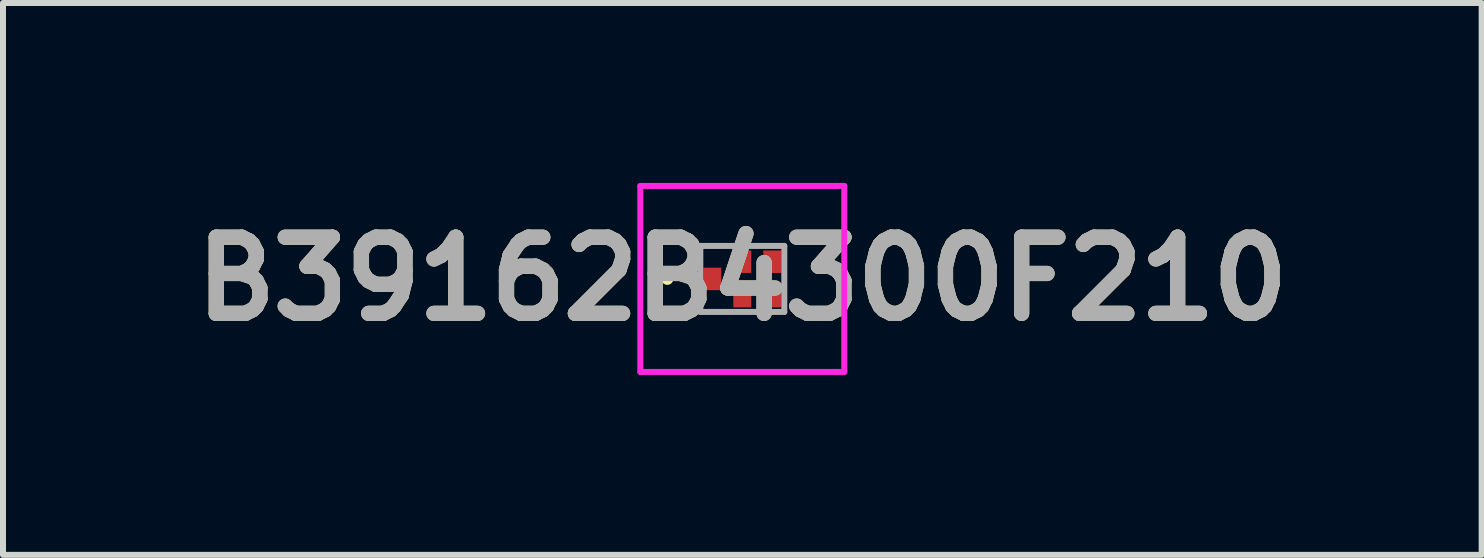
<source format=kicad_pcb>
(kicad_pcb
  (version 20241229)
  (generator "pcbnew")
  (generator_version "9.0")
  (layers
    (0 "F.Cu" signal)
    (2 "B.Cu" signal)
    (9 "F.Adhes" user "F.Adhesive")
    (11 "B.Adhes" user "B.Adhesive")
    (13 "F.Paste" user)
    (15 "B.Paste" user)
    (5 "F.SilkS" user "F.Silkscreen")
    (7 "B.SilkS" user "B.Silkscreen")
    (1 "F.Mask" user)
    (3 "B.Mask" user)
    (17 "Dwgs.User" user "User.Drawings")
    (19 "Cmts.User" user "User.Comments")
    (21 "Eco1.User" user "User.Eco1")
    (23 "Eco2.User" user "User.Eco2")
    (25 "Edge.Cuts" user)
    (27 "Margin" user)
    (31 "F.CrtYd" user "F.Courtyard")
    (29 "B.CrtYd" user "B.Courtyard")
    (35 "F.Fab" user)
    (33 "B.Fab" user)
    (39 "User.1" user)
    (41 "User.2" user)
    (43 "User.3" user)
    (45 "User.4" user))
  (footprint "B39162B4300F210"
    (layer "F.Cu")
    (at 9.325 1.6)
    (property "Reference" "B39162B4300F210" (at 0 0 0) (layer "F.SilkS") (effects (font (size 1.27 1.27) (thickness 0.254))))
    (attr smd)
    (fp_line (start -1.3 0) (end -1.3 0) (stroke (width 0.1) (type solid)) (layer "F.SilkS"))
    (fp_line (start -1.2 0) (end -1.2 0) (stroke (width 0.1) (type solid)) (layer "F.SilkS"))
    (fp_arc (start -1.3 0) (mid -1.25 -0.05) (end -1.2 0) (stroke (width 0.1) (type solid)) (layer "F.SilkS"))
    (fp_arc (start -1.2 0) (mid -1.25 0.05) (end -1.3 0) (stroke (width 0.1) (type solid)) (layer "F.SilkS"))
    (fp_line (start -1.7 -1.55) (end 1.7 -1.55) (stroke (width 0.1) (type solid)) (layer "F.CrtYd"))
    (fp_line (start -1.7 1.55) (end -1.7 -1.55) (stroke (width 0.1) (type solid)) (layer "F.CrtYd"))
    (fp_line (start 1.7 -1.55) (end 1.7 1.55) (stroke (width 0.1) (type solid)) (layer "F.CrtYd"))
    (fp_line (start 1.7 1.55) (end -1.7 1.55) (stroke (width 0.1) (type solid)) (layer "F.CrtYd"))
    (fp_line (start -0.7 -0.55) (end -0.7 0.55) (stroke (width 0.1) (type solid)) (layer "F.Fab"))
    (fp_line (start -0.7 0.55) (end 0.7 0.55) (stroke (width 0.1) (type solid)) (layer "F.Fab"))
    (fp_line (start 0.7 -0.55) (end -0.7 -0.55) (stroke (width 0.1) (type solid)) (layer "F.Fab"))
    (fp_line (start 0.7 0.55) (end 0.7 -0.55) (stroke (width 0.1) (type solid)) (layer "F.Fab"))
    (fp_text user "${REFERENCE}" (at 0 0 0) (layer "F.Fab") (effects (font (size 1.27 1.27) (thickness 0.254))))
    (pad "1" smd rect (at -0.5 0) (size 0.3 0.375) (layers "F.Cu" "F.Mask" "F.Paste"))
    (pad "2" smd rect (at 0 0.287) (size 0.3 0.375) (layers "F.Cu" "F.Mask" "F.Paste"))
    (pad "3" smd rect (at 0.5 0.287) (size 0.3 0.375) (layers "F.Cu" "F.Mask" "F.Paste"))
    (pad "4" smd rect (at 0.5 -0.287) (size 0.3 0.375) (layers "F.Cu" "F.Mask" "F.Paste"))
    (pad "5" smd rect (at 0 -0.287) (size 0.3 0.375) (layers "F.Cu" "F.Mask" "F.Paste")))
  (gr_rect
    (start -3 -3)
    (end 21.651 6.2)
    (stroke (width 0.1) (type default))
    (fill no)
    (layer "Edge.Cuts")))
</source>
